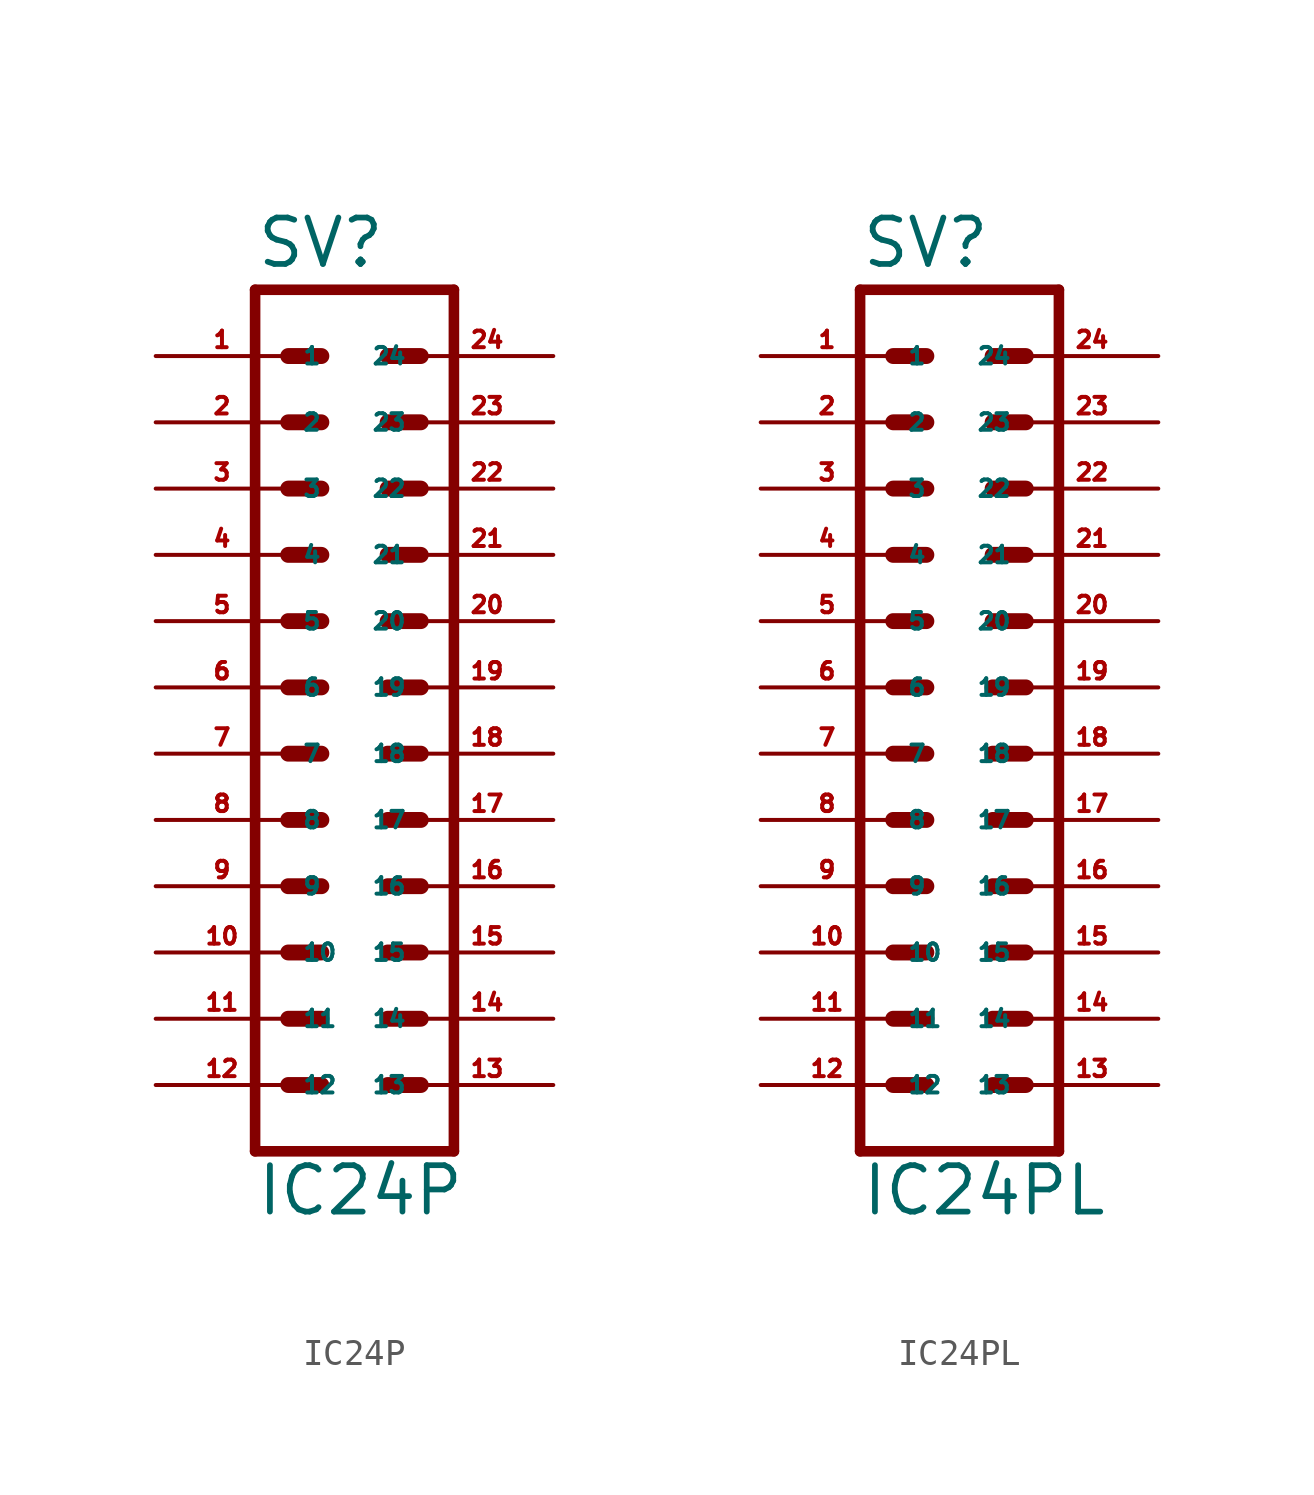
<source format=kicad_sym>
(kicad_symbol_lib
  (version 20220914)
  (generator Eagle2Kicad)
  (symbol "IC24P"
    (property "Reference" "SV"
      (at -3.81 16.002 0)
      (effects (font (size 1.778 1.778) (thickness 0.22)) (justify left bottom)))
    (property "Value" "IC24P"
      (at -3.81 -20.32 0)
      (effects (font (size 1.778 1.778) (thickness 0.22)) (justify left bottom)))
    (polyline
      (pts (xy 3.81 15.24) (xy -3.81 15.24))
      (stroke (width 0.406) (type default))
      (fill (type none)))
    (polyline
      (pts (xy -3.81 -17.78) (xy -3.81 15.24))
      (stroke (width 0.406) (type default))
      (fill (type none)))
    (polyline
      (pts (xy -3.81 -17.78) (xy 3.81 -17.78))
      (stroke (width 0.406) (type default))
      (fill (type none)))
    (polyline
      (pts (xy 3.81 15.24) (xy 3.81 -17.78))
      (stroke (width 0.406) (type default))
      (fill (type none)))
    (polyline
      (pts (xy -2.54 12.7) (xy -1.27 12.7))
      (stroke (width 0.61) (type default))
      (fill (type none)))
    (polyline
      (pts (xy -2.54 10.16) (xy -1.27 10.16))
      (stroke (width 0.61) (type default))
      (fill (type none)))
    (polyline
      (pts (xy -2.54 7.62) (xy -1.27 7.62))
      (stroke (width 0.61) (type default))
      (fill (type none)))
    (polyline
      (pts (xy -2.54 5.08) (xy -1.27 5.08))
      (stroke (width 0.61) (type default))
      (fill (type none)))
    (polyline
      (pts (xy -2.54 2.54) (xy -1.27 2.54))
      (stroke (width 0.61) (type default))
      (fill (type none)))
    (polyline
      (pts (xy -2.54 0) (xy -1.27 0))
      (stroke (width 0.61) (type default))
      (fill (type none)))
    (polyline
      (pts (xy -2.54 -2.54) (xy -1.27 -2.54))
      (stroke (width 0.61) (type default))
      (fill (type none)))
    (polyline
      (pts (xy -2.54 -5.08) (xy -1.27 -5.08))
      (stroke (width 0.61) (type default))
      (fill (type none)))
    (polyline
      (pts (xy -2.54 -12.7) (xy -1.27 -12.7))
      (stroke (width 0.61) (type default))
      (fill (type none)))
    (polyline
      (pts (xy -2.54 -10.16) (xy -1.27 -10.16))
      (stroke (width 0.61) (type default))
      (fill (type none)))
    (polyline
      (pts (xy -2.54 -7.62) (xy -1.27 -7.62))
      (stroke (width 0.61) (type default))
      (fill (type none)))
    (polyline
      (pts (xy -2.54 -15.24) (xy -1.27 -15.24))
      (stroke (width 0.61) (type default))
      (fill (type none)))
    (polyline
      (pts (xy 2.54 -15.24) (xy 1.27 -15.24))
      (stroke (width 0.61) (type default))
      (fill (type none)))
    (polyline
      (pts (xy 2.54 -12.7) (xy 1.27 -12.7))
      (stroke (width 0.61) (type default))
      (fill (type none)))
    (polyline
      (pts (xy 2.54 -10.16) (xy 1.27 -10.16))
      (stroke (width 0.61) (type default))
      (fill (type none)))
    (polyline
      (pts (xy 2.54 -7.62) (xy 1.27 -7.62))
      (stroke (width 0.61) (type default))
      (fill (type none)))
    (polyline
      (pts (xy 2.54 -5.08) (xy 1.27 -5.08))
      (stroke (width 0.61) (type default))
      (fill (type none)))
    (polyline
      (pts (xy 2.54 -2.54) (xy 1.27 -2.54))
      (stroke (width 0.61) (type default))
      (fill (type none)))
    (polyline
      (pts (xy 2.54 0) (xy 1.27 0))
      (stroke (width 0.61) (type default))
      (fill (type none)))
    (polyline
      (pts (xy 2.54 2.54) (xy 1.27 2.54))
      (stroke (width 0.61) (type default))
      (fill (type none)))
    (polyline
      (pts (xy 2.54 5.08) (xy 1.27 5.08))
      (stroke (width 0.61) (type default))
      (fill (type none)))
    (polyline
      (pts (xy 2.54 7.62) (xy 1.27 7.62))
      (stroke (width 0.61) (type default))
      (fill (type none)))
    (polyline
      (pts (xy 2.54 10.16) (xy 1.27 10.16))
      (stroke (width 0.61) (type default))
      (fill (type none)))
    (polyline
      (pts (xy 2.54 12.7) (xy 1.27 12.7))
      (stroke (width 0.61) (type default))
      (fill (type none)))
    (pin passive line
      (at -7.62 -12.7 0)
      (length 5.08)
      (name "11" (effects (font (size 0.635 0.635) (thickness 0.08)) (justify left bottom)))
      (number "11" (effects (font (size 0.635 0.635) (thickness 0.08)) (justify left bottom))))
    (pin passive line
      (at -7.62 -7.62 0)
      (length 5.08)
      (name "9" (effects (font (size 0.635 0.635) (thickness 0.08)) (justify left bottom)))
      (number "9" (effects (font (size 0.635 0.635) (thickness 0.08)) (justify left bottom))))
    (pin passive line
      (at -7.62 -2.54 0)
      (length 5.08)
      (name "7" (effects (font (size 0.635 0.635) (thickness 0.08)) (justify left bottom)))
      (number "7" (effects (font (size 0.635 0.635) (thickness 0.08)) (justify left bottom))))
    (pin passive line
      (at -7.62 2.54 0)
      (length 5.08)
      (name "5" (effects (font (size 0.635 0.635) (thickness 0.08)) (justify left bottom)))
      (number "5" (effects (font (size 0.635 0.635) (thickness 0.08)) (justify left bottom))))
    (pin passive line
      (at -7.62 7.62 0)
      (length 5.08)
      (name "3" (effects (font (size 0.635 0.635) (thickness 0.08)) (justify left bottom)))
      (number "3" (effects (font (size 0.635 0.635) (thickness 0.08)) (justify left bottom))))
    (pin passive line
      (at -7.62 12.7 0)
      (length 5.08)
      (name "1" (effects (font (size 0.635 0.635) (thickness 0.08)) (justify left bottom)))
      (number "1" (effects (font (size 0.635 0.635) (thickness 0.08)) (justify left bottom))))
    (pin passive line
      (at -7.62 -10.16 0)
      (length 5.08)
      (name "10" (effects (font (size 0.635 0.635) (thickness 0.08)) (justify left bottom)))
      (number "10" (effects (font (size 0.635 0.635) (thickness 0.08)) (justify left bottom))))
    (pin passive line
      (at -7.62 -5.08 0)
      (length 5.08)
      (name "8" (effects (font (size 0.635 0.635) (thickness 0.08)) (justify left bottom)))
      (number "8" (effects (font (size 0.635 0.635) (thickness 0.08)) (justify left bottom))))
    (pin passive line
      (at -7.62 0 0)
      (length 5.08)
      (name "6" (effects (font (size 0.635 0.635) (thickness 0.08)) (justify left bottom)))
      (number "6" (effects (font (size 0.635 0.635) (thickness 0.08)) (justify left bottom))))
    (pin passive line
      (at -7.62 5.08 0)
      (length 5.08)
      (name "4" (effects (font (size 0.635 0.635) (thickness 0.08)) (justify left bottom)))
      (number "4" (effects (font (size 0.635 0.635) (thickness 0.08)) (justify left bottom))))
    (pin passive line
      (at -7.62 10.16 0)
      (length 5.08)
      (name "2" (effects (font (size 0.635 0.635) (thickness 0.08)) (justify left bottom)))
      (number "2" (effects (font (size 0.635 0.635) (thickness 0.08)) (justify left bottom))))
    (pin passive line
      (at -7.62 -15.24 0)
      (length 5.08)
      (name "12" (effects (font (size 0.635 0.635) (thickness 0.08)) (justify left bottom)))
      (number "12" (effects (font (size 0.635 0.635) (thickness 0.08)) (justify left bottom))))
    (pin passive line
      (at 7.62 -15.24 180)
      (length 5.08)
      (name "13" (effects (font (size 0.635 0.635) (thickness 0.08)) (justify left bottom)))
      (number "13" (effects (font (size 0.635 0.635) (thickness 0.08)) (justify left bottom))))
    (pin passive line
      (at 7.62 -12.7 180)
      (length 5.08)
      (name "14" (effects (font (size 0.635 0.635) (thickness 0.08)) (justify left bottom)))
      (number "14" (effects (font (size 0.635 0.635) (thickness 0.08)) (justify left bottom))))
    (pin passive line
      (at 7.62 -10.16 180)
      (length 5.08)
      (name "15" (effects (font (size 0.635 0.635) (thickness 0.08)) (justify left bottom)))
      (number "15" (effects (font (size 0.635 0.635) (thickness 0.08)) (justify left bottom))))
    (pin passive line
      (at 7.62 -7.62 180)
      (length 5.08)
      (name "16" (effects (font (size 0.635 0.635) (thickness 0.08)) (justify left bottom)))
      (number "16" (effects (font (size 0.635 0.635) (thickness 0.08)) (justify left bottom))))
    (pin passive line
      (at 7.62 -5.08 180)
      (length 5.08)
      (name "17" (effects (font (size 0.635 0.635) (thickness 0.08)) (justify left bottom)))
      (number "17" (effects (font (size 0.635 0.635) (thickness 0.08)) (justify left bottom))))
    (pin passive line
      (at 7.62 -2.54 180)
      (length 5.08)
      (name "18" (effects (font (size 0.635 0.635) (thickness 0.08)) (justify left bottom)))
      (number "18" (effects (font (size 0.635 0.635) (thickness 0.08)) (justify left bottom))))
    (pin passive line
      (at 7.62 0 180)
      (length 5.08)
      (name "19" (effects (font (size 0.635 0.635) (thickness 0.08)) (justify left bottom)))
      (number "19" (effects (font (size 0.635 0.635) (thickness 0.08)) (justify left bottom))))
    (pin passive line
      (at 7.62 2.54 180)
      (length 5.08)
      (name "20" (effects (font (size 0.635 0.635) (thickness 0.08)) (justify left bottom)))
      (number "20" (effects (font (size 0.635 0.635) (thickness 0.08)) (justify left bottom))))
    (pin passive line
      (at 7.62 5.08 180)
      (length 5.08)
      (name "21" (effects (font (size 0.635 0.635) (thickness 0.08)) (justify left bottom)))
      (number "21" (effects (font (size 0.635 0.635) (thickness 0.08)) (justify left bottom))))
    (pin passive line
      (at 7.62 7.62 180)
      (length 5.08)
      (name "22" (effects (font (size 0.635 0.635) (thickness 0.08)) (justify left bottom)))
      (number "22" (effects (font (size 0.635 0.635) (thickness 0.08)) (justify left bottom))))
    (pin passive line
      (at 7.62 10.16 180)
      (length 5.08)
      (name "23" (effects (font (size 0.635 0.635) (thickness 0.08)) (justify left bottom)))
      (number "23" (effects (font (size 0.635 0.635) (thickness 0.08)) (justify left bottom))))
    (pin passive line
      (at 7.62 12.7 180)
      (length 5.08)
      (name "24" (effects (font (size 0.635 0.635) (thickness 0.08)) (justify left bottom)))
      (number "24" (effects (font (size 0.635 0.635) (thickness 0.08)) (justify left bottom)))))
  (symbol "IC24PL"
    (property "Reference" "SV"
      (at -3.81 16.002 0)
      (effects (font (size 1.778 1.778) (thickness 0.22)) (justify left bottom)))
    (property "Value" "IC24PL"
      (at -3.81 -20.32 0)
      (effects (font (size 1.778 1.778) (thickness 0.22)) (justify left bottom)))
    (polyline
      (pts (xy 3.81 15.24) (xy -3.81 15.24))
      (stroke (width 0.406) (type default))
      (fill (type none)))
    (polyline
      (pts (xy -3.81 -17.78) (xy -3.81 15.24))
      (stroke (width 0.406) (type default))
      (fill (type none)))
    (polyline
      (pts (xy -3.81 -17.78) (xy 3.81 -17.78))
      (stroke (width 0.406) (type default))
      (fill (type none)))
    (polyline
      (pts (xy 3.81 15.24) (xy 3.81 -17.78))
      (stroke (width 0.406) (type default))
      (fill (type none)))
    (polyline
      (pts (xy -2.54 12.7) (xy -1.27 12.7))
      (stroke (width 0.61) (type default))
      (fill (type none)))
    (polyline
      (pts (xy -2.54 10.16) (xy -1.27 10.16))
      (stroke (width 0.61) (type default))
      (fill (type none)))
    (polyline
      (pts (xy -2.54 7.62) (xy -1.27 7.62))
      (stroke (width 0.61) (type default))
      (fill (type none)))
    (polyline
      (pts (xy -2.54 5.08) (xy -1.27 5.08))
      (stroke (width 0.61) (type default))
      (fill (type none)))
    (polyline
      (pts (xy -2.54 2.54) (xy -1.27 2.54))
      (stroke (width 0.61) (type default))
      (fill (type none)))
    (polyline
      (pts (xy -2.54 0) (xy -1.27 0))
      (stroke (width 0.61) (type default))
      (fill (type none)))
    (polyline
      (pts (xy -2.54 -2.54) (xy -1.27 -2.54))
      (stroke (width 0.61) (type default))
      (fill (type none)))
    (polyline
      (pts (xy -2.54 -5.08) (xy -1.27 -5.08))
      (stroke (width 0.61) (type default))
      (fill (type none)))
    (polyline
      (pts (xy -2.54 -12.7) (xy -1.27 -12.7))
      (stroke (width 0.61) (type default))
      (fill (type none)))
    (polyline
      (pts (xy -2.54 -10.16) (xy -1.27 -10.16))
      (stroke (width 0.61) (type default))
      (fill (type none)))
    (polyline
      (pts (xy -2.54 -7.62) (xy -1.27 -7.62))
      (stroke (width 0.61) (type default))
      (fill (type none)))
    (polyline
      (pts (xy -2.54 -15.24) (xy -1.27 -15.24))
      (stroke (width 0.61) (type default))
      (fill (type none)))
    (polyline
      (pts (xy 2.54 -15.24) (xy 1.27 -15.24))
      (stroke (width 0.61) (type default))
      (fill (type none)))
    (polyline
      (pts (xy 2.54 -12.7) (xy 1.27 -12.7))
      (stroke (width 0.61) (type default))
      (fill (type none)))
    (polyline
      (pts (xy 2.54 -10.16) (xy 1.27 -10.16))
      (stroke (width 0.61) (type default))
      (fill (type none)))
    (polyline
      (pts (xy 2.54 -7.62) (xy 1.27 -7.62))
      (stroke (width 0.61) (type default))
      (fill (type none)))
    (polyline
      (pts (xy 2.54 -5.08) (xy 1.27 -5.08))
      (stroke (width 0.61) (type default))
      (fill (type none)))
    (polyline
      (pts (xy 2.54 -2.54) (xy 1.27 -2.54))
      (stroke (width 0.61) (type default))
      (fill (type none)))
    (polyline
      (pts (xy 2.54 0) (xy 1.27 0))
      (stroke (width 0.61) (type default))
      (fill (type none)))
    (polyline
      (pts (xy 2.54 2.54) (xy 1.27 2.54))
      (stroke (width 0.61) (type default))
      (fill (type none)))
    (polyline
      (pts (xy 2.54 5.08) (xy 1.27 5.08))
      (stroke (width 0.61) (type default))
      (fill (type none)))
    (polyline
      (pts (xy 2.54 7.62) (xy 1.27 7.62))
      (stroke (width 0.61) (type default))
      (fill (type none)))
    (polyline
      (pts (xy 2.54 10.16) (xy 1.27 10.16))
      (stroke (width 0.61) (type default))
      (fill (type none)))
    (polyline
      (pts (xy 2.54 12.7) (xy 1.27 12.7))
      (stroke (width 0.61) (type default))
      (fill (type none)))
    (pin passive line
      (at -7.62 -12.7 0)
      (length 5.08)
      (name "11" (effects (font (size 0.635 0.635) (thickness 0.08)) (justify left bottom)))
      (number "11" (effects (font (size 0.635 0.635) (thickness 0.08)) (justify left bottom))))
    (pin passive line
      (at -7.62 -7.62 0)
      (length 5.08)
      (name "9" (effects (font (size 0.635 0.635) (thickness 0.08)) (justify left bottom)))
      (number "9" (effects (font (size 0.635 0.635) (thickness 0.08)) (justify left bottom))))
    (pin passive line
      (at -7.62 -2.54 0)
      (length 5.08)
      (name "7" (effects (font (size 0.635 0.635) (thickness 0.08)) (justify left bottom)))
      (number "7" (effects (font (size 0.635 0.635) (thickness 0.08)) (justify left bottom))))
    (pin passive line
      (at -7.62 2.54 0)
      (length 5.08)
      (name "5" (effects (font (size 0.635 0.635) (thickness 0.08)) (justify left bottom)))
      (number "5" (effects (font (size 0.635 0.635) (thickness 0.08)) (justify left bottom))))
    (pin passive line
      (at -7.62 7.62 0)
      (length 5.08)
      (name "3" (effects (font (size 0.635 0.635) (thickness 0.08)) (justify left bottom)))
      (number "3" (effects (font (size 0.635 0.635) (thickness 0.08)) (justify left bottom))))
    (pin passive line
      (at -7.62 12.7 0)
      (length 5.08)
      (name "1" (effects (font (size 0.635 0.635) (thickness 0.08)) (justify left bottom)))
      (number "1" (effects (font (size 0.635 0.635) (thickness 0.08)) (justify left bottom))))
    (pin passive line
      (at -7.62 -10.16 0)
      (length 5.08)
      (name "10" (effects (font (size 0.635 0.635) (thickness 0.08)) (justify left bottom)))
      (number "10" (effects (font (size 0.635 0.635) (thickness 0.08)) (justify left bottom))))
    (pin passive line
      (at -7.62 -5.08 0)
      (length 5.08)
      (name "8" (effects (font (size 0.635 0.635) (thickness 0.08)) (justify left bottom)))
      (number "8" (effects (font (size 0.635 0.635) (thickness 0.08)) (justify left bottom))))
    (pin passive line
      (at -7.62 0 0)
      (length 5.08)
      (name "6" (effects (font (size 0.635 0.635) (thickness 0.08)) (justify left bottom)))
      (number "6" (effects (font (size 0.635 0.635) (thickness 0.08)) (justify left bottom))))
    (pin passive line
      (at -7.62 5.08 0)
      (length 5.08)
      (name "4" (effects (font (size 0.635 0.635) (thickness 0.08)) (justify left bottom)))
      (number "4" (effects (font (size 0.635 0.635) (thickness 0.08)) (justify left bottom))))
    (pin passive line
      (at -7.62 10.16 0)
      (length 5.08)
      (name "2" (effects (font (size 0.635 0.635) (thickness 0.08)) (justify left bottom)))
      (number "2" (effects (font (size 0.635 0.635) (thickness 0.08)) (justify left bottom))))
    (pin passive line
      (at -7.62 -15.24 0)
      (length 5.08)
      (name "12" (effects (font (size 0.635 0.635) (thickness 0.08)) (justify left bottom)))
      (number "12" (effects (font (size 0.635 0.635) (thickness 0.08)) (justify left bottom))))
    (pin passive line
      (at 7.62 -15.24 180)
      (length 5.08)
      (name "13" (effects (font (size 0.635 0.635) (thickness 0.08)) (justify left bottom)))
      (number "13" (effects (font (size 0.635 0.635) (thickness 0.08)) (justify left bottom))))
    (pin passive line
      (at 7.62 -12.7 180)
      (length 5.08)
      (name "14" (effects (font (size 0.635 0.635) (thickness 0.08)) (justify left bottom)))
      (number "14" (effects (font (size 0.635 0.635) (thickness 0.08)) (justify left bottom))))
    (pin passive line
      (at 7.62 -10.16 180)
      (length 5.08)
      (name "15" (effects (font (size 0.635 0.635) (thickness 0.08)) (justify left bottom)))
      (number "15" (effects (font (size 0.635 0.635) (thickness 0.08)) (justify left bottom))))
    (pin passive line
      (at 7.62 -7.62 180)
      (length 5.08)
      (name "16" (effects (font (size 0.635 0.635) (thickness 0.08)) (justify left bottom)))
      (number "16" (effects (font (size 0.635 0.635) (thickness 0.08)) (justify left bottom))))
    (pin passive line
      (at 7.62 -5.08 180)
      (length 5.08)
      (name "17" (effects (font (size 0.635 0.635) (thickness 0.08)) (justify left bottom)))
      (number "17" (effects (font (size 0.635 0.635) (thickness 0.08)) (justify left bottom))))
    (pin passive line
      (at 7.62 -2.54 180)
      (length 5.08)
      (name "18" (effects (font (size 0.635 0.635) (thickness 0.08)) (justify left bottom)))
      (number "18" (effects (font (size 0.635 0.635) (thickness 0.08)) (justify left bottom))))
    (pin passive line
      (at 7.62 0 180)
      (length 5.08)
      (name "19" (effects (font (size 0.635 0.635) (thickness 0.08)) (justify left bottom)))
      (number "19" (effects (font (size 0.635 0.635) (thickness 0.08)) (justify left bottom))))
    (pin passive line
      (at 7.62 2.54 180)
      (length 5.08)
      (name "20" (effects (font (size 0.635 0.635) (thickness 0.08)) (justify left bottom)))
      (number "20" (effects (font (size 0.635 0.635) (thickness 0.08)) (justify left bottom))))
    (pin passive line
      (at 7.62 5.08 180)
      (length 5.08)
      (name "21" (effects (font (size 0.635 0.635) (thickness 0.08)) (justify left bottom)))
      (number "21" (effects (font (size 0.635 0.635) (thickness 0.08)) (justify left bottom))))
    (pin passive line
      (at 7.62 7.62 180)
      (length 5.08)
      (name "22" (effects (font (size 0.635 0.635) (thickness 0.08)) (justify left bottom)))
      (number "22" (effects (font (size 0.635 0.635) (thickness 0.08)) (justify left bottom))))
    (pin passive line
      (at 7.62 10.16 180)
      (length 5.08)
      (name "23" (effects (font (size 0.635 0.635) (thickness 0.08)) (justify left bottom)))
      (number "23" (effects (font (size 0.635 0.635) (thickness 0.08)) (justify left bottom))))
    (pin passive line
      (at 7.62 12.7 180)
      (length 5.08)
      (name "24" (effects (font (size 0.635 0.635) (thickness 0.08)) (justify left bottom)))
      (number "24" (effects (font (size 0.635 0.635) (thickness 0.08)) (justify left bottom))))))
</source>
